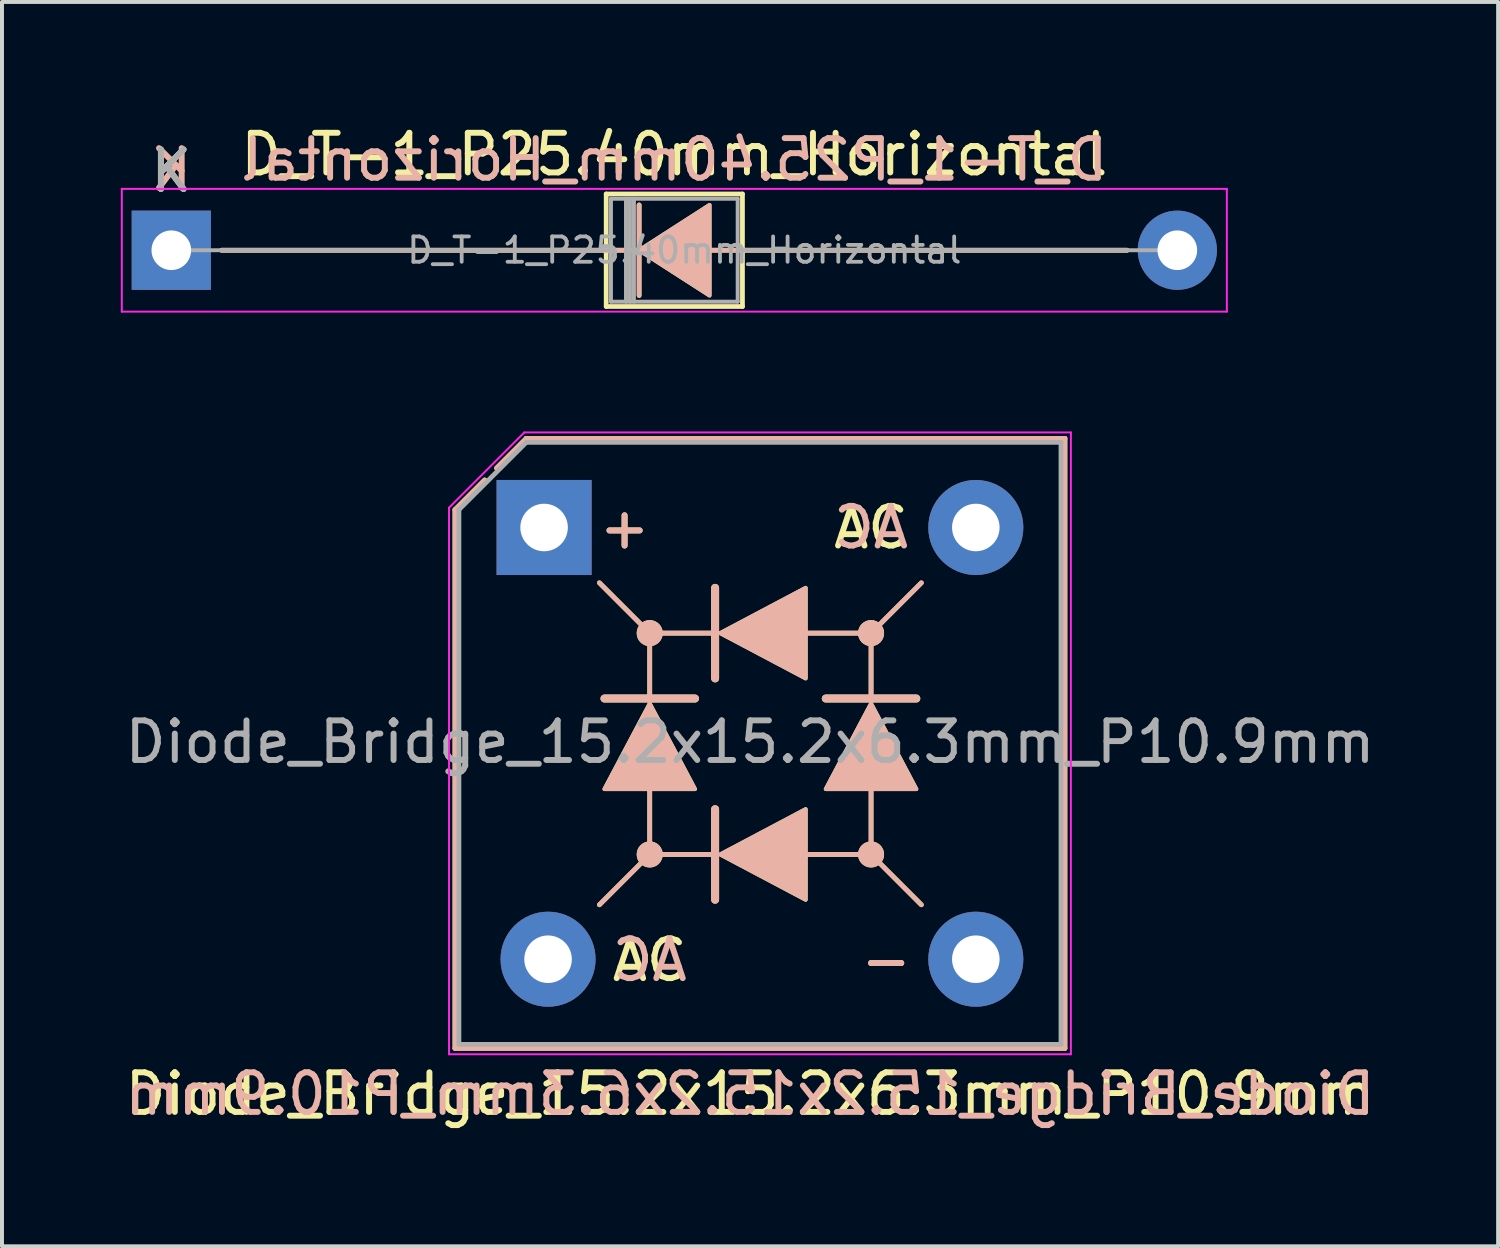
<source format=kicad_pcb>
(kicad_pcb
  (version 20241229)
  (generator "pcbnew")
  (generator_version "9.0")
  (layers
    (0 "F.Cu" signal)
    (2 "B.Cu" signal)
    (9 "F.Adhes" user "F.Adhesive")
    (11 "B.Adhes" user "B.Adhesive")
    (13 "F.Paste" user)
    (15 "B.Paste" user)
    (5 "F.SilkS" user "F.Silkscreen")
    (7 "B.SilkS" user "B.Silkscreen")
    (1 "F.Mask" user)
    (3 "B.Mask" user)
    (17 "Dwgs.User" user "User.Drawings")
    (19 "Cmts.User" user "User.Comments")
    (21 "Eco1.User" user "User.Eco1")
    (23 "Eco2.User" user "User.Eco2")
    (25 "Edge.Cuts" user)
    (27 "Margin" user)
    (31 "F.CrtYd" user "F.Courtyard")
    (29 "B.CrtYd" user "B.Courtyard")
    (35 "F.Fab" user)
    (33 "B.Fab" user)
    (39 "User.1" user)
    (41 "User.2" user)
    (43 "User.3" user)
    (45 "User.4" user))
  (footprint "Diode_Bridge_15.2x15.2x6.3mm_P10.9mm"
    (layer "F.Cu")
    (at 10.687 10.268)
    (property "Reference" "Diode_Bridge_15.2x15.2x6.3mm_P10.9mm" (at 5.2 14.3 180) (layer "F.SilkS") (effects (font (size 1 1) (thickness 0.15))))
    (fp_line (start -2.25 -0.45) (end -1.5 -1.2) (stroke (width 0.12) (type solid)) (layer "F.SilkS"))
    (fp_line (start -2.25 13.15) (end -2.25 -0.45) (stroke (width 0.12) (type solid)) (layer "F.SilkS"))
    (fp_line (start -1.2 -1.5) (end -0.45 -2.25) (stroke (width 0.12) (type solid)) (layer "F.SilkS"))
    (fp_line (start -0.45 -2.25) (end 13.15 -2.25) (stroke (width 0.12) (type solid)) (layer "F.SilkS"))
    (fp_line (start 1.397 1.397) (end 2.667 2.667) (stroke (width 0.12) (type solid)) (layer "F.SilkS"))
    (fp_line (start 1.397 9.525) (end 2.667 8.255) (stroke (width 0.12) (type solid)) (layer "F.SilkS"))
    (fp_line (start 2.667 4.318) (end 1.524 4.318) (stroke (width 0.2) (type solid)) (layer "F.SilkS"))
    (fp_line (start 2.667 4.318) (end 2.667 2.667) (stroke (width 0.12) (type solid)) (layer "F.SilkS"))
    (fp_line (start 2.667 8.255) (end 2.667 6.604) (stroke (width 0.12) (type solid)) (layer "F.SilkS"))
    (fp_line (start 3.81 4.318) (end 2.667 4.318) (stroke (width 0.2) (type solid)) (layer "F.SilkS"))
    (fp_line (start 4.318 1.524) (end 4.318 2.667) (stroke (width 0.2) (type solid)) (layer "F.SilkS"))
    (fp_line (start 4.318 2.667) (end 2.667 2.667) (stroke (width 0.12) (type solid)) (layer "F.SilkS"))
    (fp_line (start 4.318 2.667) (end 4.318 3.81) (stroke (width 0.2) (type solid)) (layer "F.SilkS"))
    (fp_line (start 4.318 7.112) (end 4.318 8.255) (stroke (width 0.2) (type solid)) (layer "F.SilkS"))
    (fp_line (start 4.318 8.255) (end 2.667 8.255) (stroke (width 0.12) (type solid)) (layer "F.SilkS"))
    (fp_line (start 4.318 8.255) (end 4.318 9.398) (stroke (width 0.2) (type solid)) (layer "F.SilkS"))
    (fp_line (start 8.255 2.667) (end 6.604 2.667) (stroke (width 0.12) (type solid)) (layer "F.SilkS"))
    (fp_line (start 8.255 4.318) (end 7.112 4.318) (stroke (width 0.2) (type solid)) (layer "F.SilkS"))
    (fp_line (start 8.255 4.318) (end 8.255 2.667) (stroke (width 0.12) (type solid)) (layer "F.SilkS"))
    (fp_line (start 8.255 8.255) (end 6.604 8.255) (stroke (width 0.12) (type solid)) (layer "F.SilkS"))
    (fp_line (start 8.255 8.255) (end 8.255 6.604) (stroke (width 0.12) (type solid)) (layer "F.SilkS"))
    (fp_line (start 9.398 4.318) (end 8.255 4.318) (stroke (width 0.2) (type solid)) (layer "F.SilkS"))
    (fp_line (start 9.525 1.397) (end 8.255 2.667) (stroke (width 0.12) (type solid)) (layer "F.SilkS"))
    (fp_line (start 9.525 9.525) (end 8.255 8.255) (stroke (width 0.12) (type solid)) (layer "F.SilkS"))
    (fp_line (start 13.15 -2.25) (end 13.15 13.15) (stroke (width 0.12) (type solid)) (layer "F.SilkS"))
    (fp_line (start 13.15 13.15) (end -2.25 13.15) (stroke (width 0.12) (type solid)) (layer "F.SilkS"))
    (fp_circle (center 2.667 2.667) (end 2.731 2.603) (stroke (width 0.12) (type solid)) (fill no) (layer "F.SilkS"))
    (fp_circle (center 2.667 2.667) (end 2.794 2.54) (stroke (width 0.12) (type solid)) (fill no) (layer "F.SilkS"))
    (fp_circle (center 2.667 2.667) (end 2.857 2.477) (stroke (width 0.12) (type solid)) (fill no) (layer "F.SilkS"))
    (fp_circle (center 2.667 8.255) (end 2.731 8.191) (stroke (width 0.12) (type solid)) (fill no) (layer "F.SilkS"))
    (fp_circle (center 2.667 8.255) (end 2.794 8.128) (stroke (width 0.12) (type solid)) (fill no) (layer "F.SilkS"))
    (fp_circle (center 2.667 8.255) (end 2.857 8.065) (stroke (width 0.12) (type solid)) (fill no) (layer "F.SilkS"))
    (fp_circle (center 8.255 2.667) (end 8.319 2.603) (stroke (width 0.12) (type solid)) (fill no) (layer "F.SilkS"))
    (fp_circle (center 8.255 2.667) (end 8.382 2.54) (stroke (width 0.12) (type solid)) (fill no) (layer "F.SilkS"))
    (fp_circle (center 8.255 2.667) (end 8.445 2.477) (stroke (width 0.12) (type solid)) (fill no) (layer "F.SilkS"))
    (fp_circle (center 8.255 8.255) (end 8.319 8.191) (stroke (width 0.12) (type solid)) (fill no) (layer "F.SilkS"))
    (fp_circle (center 8.255 8.255) (end 8.382 8.128) (stroke (width 0.12) (type solid)) (fill no) (layer "F.SilkS"))
    (fp_circle (center 8.255 8.255) (end 8.445 8.065) (stroke (width 0.12) (type solid)) (fill no) (layer "F.SilkS"))
    (fp_poly (pts (xy 3.81 6.604) (xy 1.524 6.604) (xy 2.667 4.445)) (stroke (width 0.1) (type solid)) (fill yes) (layer "F.SilkS"))
    (fp_poly (pts (xy 6.604 1.524) (xy 6.604 3.81) (xy 4.445 2.667)) (stroke (width 0.1) (type solid)) (fill yes) (layer "F.SilkS"))
    (fp_poly (pts (xy 6.604 7.112) (xy 6.604 9.398) (xy 4.445 8.255)) (stroke (width 0.1) (type solid)) (fill yes) (layer "F.SilkS"))
    (fp_poly (pts (xy 9.398 6.604) (xy 7.112 6.604) (xy 8.255 4.445)) (stroke (width 0.1) (type solid)) (fill yes) (layer "F.SilkS"))
    (fp_line (start -2.25 -0.45) (end -1.5 -1.2) (stroke (width 0.12) (type solid)) (layer "B.SilkS"))
    (fp_line (start -2.25 13.15) (end -2.25 -0.45) (stroke (width 0.12) (type solid)) (layer "B.SilkS"))
    (fp_line (start -1.2 -1.5) (end -0.45 -2.25) (stroke (width 0.12) (type solid)) (layer "B.SilkS"))
    (fp_line (start -0.45 -2.25) (end 13.15 -2.25) (stroke (width 0.12) (type solid)) (layer "B.SilkS"))
    (fp_line (start 1.397 1.397) (end 2.667 2.667) (stroke (width 0.12) (type solid)) (layer "B.SilkS"))
    (fp_line (start 1.397 9.525) (end 2.667 8.255) (stroke (width 0.12) (type solid)) (layer "B.SilkS"))
    (fp_line (start 2.667 4.318) (end 1.524 4.318) (stroke (width 0.2) (type solid)) (layer "B.SilkS"))
    (fp_line (start 2.667 4.318) (end 2.667 2.667) (stroke (width 0.12) (type solid)) (layer "B.SilkS"))
    (fp_line (start 2.667 8.255) (end 2.667 6.604) (stroke (width 0.12) (type solid)) (layer "B.SilkS"))
    (fp_line (start 3.81 4.318) (end 2.667 4.318) (stroke (width 0.2) (type solid)) (layer "B.SilkS"))
    (fp_line (start 4.318 1.524) (end 4.318 2.667) (stroke (width 0.2) (type solid)) (layer "B.SilkS"))
    (fp_line (start 4.318 2.667) (end 2.667 2.667) (stroke (width 0.12) (type solid)) (layer "B.SilkS"))
    (fp_line (start 4.318 2.667) (end 4.318 3.81) (stroke (width 0.2) (type solid)) (layer "B.SilkS"))
    (fp_line (start 4.318 7.112) (end 4.318 8.255) (stroke (width 0.2) (type solid)) (layer "B.SilkS"))
    (fp_line (start 4.318 8.255) (end 2.667 8.255) (stroke (width 0.12) (type solid)) (layer "B.SilkS"))
    (fp_line (start 4.318 8.255) (end 4.318 9.398) (stroke (width 0.2) (type solid)) (layer "B.SilkS"))
    (fp_line (start 8.255 2.667) (end 6.604 2.667) (stroke (width 0.12) (type solid)) (layer "B.SilkS"))
    (fp_line (start 8.255 4.318) (end 7.112 4.318) (stroke (width 0.2) (type solid)) (layer "B.SilkS"))
    (fp_line (start 8.255 4.318) (end 8.255 2.667) (stroke (width 0.12) (type solid)) (layer "B.SilkS"))
    (fp_line (start 8.255 8.255) (end 6.604 8.255) (stroke (width 0.12) (type solid)) (layer "B.SilkS"))
    (fp_line (start 8.255 8.255) (end 8.255 6.604) (stroke (width 0.12) (type solid)) (layer "B.SilkS"))
    (fp_line (start 9.398 4.318) (end 8.255 4.318) (stroke (width 0.2) (type solid)) (layer "B.SilkS"))
    (fp_line (start 9.525 1.397) (end 8.255 2.667) (stroke (width 0.12) (type solid)) (layer "B.SilkS"))
    (fp_line (start 9.525 9.525) (end 8.255 8.255) (stroke (width 0.12) (type solid)) (layer "B.SilkS"))
    (fp_line (start 13.15 -2.25) (end 13.15 13.15) (stroke (width 0.12) (type solid)) (layer "B.SilkS"))
    (fp_line (start 13.15 13.15) (end -2.25 13.15) (stroke (width 0.12) (type solid)) (layer "B.SilkS"))
    (fp_circle (center 2.667 2.667) (end 2.757 2.667) (stroke (width 0.12) (type solid)) (fill no) (layer "B.SilkS"))
    (fp_circle (center 2.667 2.667) (end 2.847 2.667) (stroke (width 0.12) (type solid)) (fill no) (layer "B.SilkS"))
    (fp_circle (center 2.667 2.667) (end 2.936 2.667) (stroke (width 0.12) (type solid)) (fill no) (layer "B.SilkS"))
    (fp_circle (center 2.667 8.255) (end 2.757 8.255) (stroke (width 0.12) (type solid)) (fill no) (layer "B.SilkS"))
    (fp_circle (center 2.667 8.255) (end 2.847 8.255) (stroke (width 0.12) (type solid)) (fill no) (layer "B.SilkS"))
    (fp_circle (center 2.667 8.255) (end 2.936 8.255) (stroke (width 0.12) (type solid)) (fill no) (layer "B.SilkS"))
    (fp_circle (center 8.255 2.667) (end 8.345 2.667) (stroke (width 0.12) (type solid)) (fill no) (layer "B.SilkS"))
    (fp_circle (center 8.255 2.667) (end 8.435 2.667) (stroke (width 0.12) (type solid)) (fill no) (layer "B.SilkS"))
    (fp_circle (center 8.255 2.667) (end 8.524 2.667) (stroke (width 0.12) (type solid)) (fill no) (layer "B.SilkS"))
    (fp_circle (center 8.255 8.255) (end 8.345 8.255) (stroke (width 0.12) (type solid)) (fill no) (layer "B.SilkS"))
    (fp_circle (center 8.255 8.255) (end 8.435 8.255) (stroke (width 0.12) (type solid)) (fill no) (layer "B.SilkS"))
    (fp_circle (center 8.255 8.255) (end 8.524 8.255) (stroke (width 0.12) (type solid)) (fill no) (layer "B.SilkS"))
    (fp_poly (pts (xy 3.81 6.604) (xy 1.524 6.604) (xy 2.667 4.445)) (stroke (width 0.1) (type solid)) (fill yes) (layer "B.SilkS"))
    (fp_poly (pts (xy 6.604 1.524) (xy 6.604 3.81) (xy 4.445 2.667)) (stroke (width 0.1) (type solid)) (fill yes) (layer "B.SilkS"))
    (fp_poly (pts (xy 6.604 7.112) (xy 6.604 9.398) (xy 4.445 8.255)) (stroke (width 0.1) (type solid)) (fill yes) (layer "B.SilkS"))
    (fp_poly (pts (xy 9.398 6.604) (xy 7.112 6.604) (xy 8.255 4.445)) (stroke (width 0.1) (type solid)) (fill yes) (layer "B.SilkS"))
    (fp_line (start -2.4 -0.5) (end -0.5 -2.4) (stroke (width 0.05) (type solid)) (layer "F.CrtYd"))
    (fp_line (start -2.4 13.3) (end -2.4 -0.5) (stroke (width 0.05) (type solid)) (layer "F.CrtYd"))
    (fp_line (start -0.5 -2.4) (end 13.3 -2.4) (stroke (width 0.05) (type solid)) (layer "F.CrtYd"))
    (fp_line (start 13.3 -2.4) (end 13.3 13.3) (stroke (width 0.05) (type solid)) (layer "F.CrtYd"))
    (fp_line (start 13.3 13.3) (end -2.4 13.3) (stroke (width 0.05) (type solid)) (layer "F.CrtYd"))
    (fp_line (start -2.15 -0.45) (end -0.45 -2.15) (stroke (width 0.12) (type solid)) (layer "F.Fab"))
    (fp_line (start -2.15 13.05) (end -2.15 -0.45) (stroke (width 0.12) (type solid)) (layer "F.Fab"))
    (fp_line (start -0.45 -2.15) (end 13.05 -2.15) (stroke (width 0.12) (type solid)) (layer "F.Fab"))
    (fp_line (start 13.05 -2.15) (end 13.05 13.05) (stroke (width 0.12) (type solid)) (layer "F.Fab"))
    (fp_line (start 13.05 13.05) (end -2.15 13.05) (stroke (width 0.12) (type solid)) (layer "F.Fab"))
    (fp_text user "-" (at 8.636 10.922 0) (layer "F.SilkS") (effects (font (size 1 1) (thickness 0.15))))
    (fp_text user "AC" (at 2.667 10.922 0) (layer "F.SilkS") (effects (font (size 1 1) (thickness 0.15))))
    (fp_text user "AC" (at 8.255 0 0) (layer "F.SilkS") (effects (font (size 1 1) (thickness 0.15))))
    (fp_text user "+" (at 2.032 0 0) (layer "F.SilkS") (effects (font (size 1 1) (thickness 0.15))))
    (fp_text user "-" (at 8.636 10.922 0) (layer "B.SilkS") (effects (font (size 1 1) (thickness 0.15)) (justify mirror)))
    (fp_text user "AC" (at 2.667 10.922 0) (layer "B.SilkS") (effects (font (size 1 1) (thickness 0.15)) (justify mirror)))
    (fp_text user "AC" (at 8.255 0 0) (layer "B.SilkS") (effects (font (size 1 1) (thickness 0.15)) (justify mirror)))
    (fp_text user "${REFERENCE}" (at 5.2 14.3 0) (layer "B.SilkS") (effects (font (size 1 1) (thickness 0.15)) (justify mirror)))
    (fp_text user "+" (at 2.032 0 0) (layer "B.SilkS") (effects (font (size 1 1) (thickness 0.15)) (justify mirror)))
    (fp_text user "${REFERENCE}" (at 5.2 5.415 180) (layer "F.Fab") (effects (font (size 1 1) (thickness 0.15))))
    (pad "1" thru_hole rect (at 0 0 180) (size 2.4 2.4) (drill 1.2) (layers "*.Cu" "*.Mask"))
    (pad "2" thru_hole circle (at 0.1 10.9 180) (size 2.4 2.4) (drill 1.2) (layers "*.Cu" "*.Mask"))
    (pad "3" thru_hole circle (at 10.9 10.9 180) (size 2.4 2.4) (drill 1.2) (layers "*.Cu" "*.Mask"))
    (pad "4" thru_hole circle (at 10.9 0 180) (size 2.4 2.4) (drill 1.2) (layers "*.Cu" "*.Mask")))
  (footprint "D_T-1_P25.40mm_Horizontal"
    (layer "F.Cu")
    (at 1.275 3.268)
    (property "Reference" "D_T-1_P25.40mm_Horizontal" (at 12.7 -2.42 0) (layer "F.SilkS") (effects (font (size 1 1) (thickness 0.15))))
    (fp_line (start 1.27 0) (end 10.98 0) (stroke (width 0.12) (type solid)) (layer "F.SilkS"))
    (fp_line (start 10.98 -1.42) (end 10.98 1.42) (stroke (width 0.12) (type solid)) (layer "F.SilkS"))
    (fp_line (start 10.98 1.42) (end 14.42 1.42) (stroke (width 0.12) (type solid)) (layer "F.SilkS"))
    (fp_line (start 11.811 -1.143) (end 11.811 1.143) (stroke (width 0.12) (type solid)) (layer "F.SilkS"))
    (fp_line (start 11.938 0) (end 10.98 0) (stroke (width 0.12) (type solid)) (layer "F.SilkS"))
    (fp_line (start 13.589 0) (end 14.42 0) (stroke (width 0.12) (type solid)) (layer "F.SilkS"))
    (fp_line (start 14.42 -1.42) (end 10.98 -1.42) (stroke (width 0.12) (type solid)) (layer "F.SilkS"))
    (fp_line (start 14.42 1.42) (end 14.42 -1.42) (stroke (width 0.12) (type solid)) (layer "F.SilkS"))
    (fp_line (start 24.13 0) (end 14.42 0) (stroke (width 0.12) (type solid)) (layer "F.SilkS"))
    (fp_poly (pts (xy 13.589 1.143) (xy 11.811 0) (xy 13.589 -1.143)) (stroke (width 0.1) (type solid)) (fill yes) (layer "F.SilkS"))
    (fp_line (start 1.27 0) (end 10.98 0) (stroke (width 0.12) (type solid)) (layer "B.SilkS"))
    (fp_line (start 11.811 1.143) (end 11.811 -1.143) (stroke (width 0.12) (type solid)) (layer "B.SilkS"))
    (fp_line (start 11.938 0) (end 10.98 0) (stroke (width 0.12) (type solid)) (layer "B.SilkS"))
    (fp_line (start 13.589 0) (end 14.42 0) (stroke (width 0.12) (type solid)) (layer "B.SilkS"))
    (fp_line (start 24.13 0) (end 14.42 0) (stroke (width 0.12) (type solid)) (layer "B.SilkS"))
    (fp_poly (pts (xy 13.589 -1.143) (xy 11.811 0) (xy 13.589 1.143)) (stroke (width 0.1) (type solid)) (fill yes) (layer "B.SilkS"))
    (fp_line (start -1.25 -1.55) (end -1.25 1.55) (stroke (width 0.05) (type solid)) (layer "F.CrtYd"))
    (fp_line (start -1.25 1.55) (end 26.65 1.55) (stroke (width 0.05) (type solid)) (layer "F.CrtYd"))
    (fp_line (start 26.65 -1.55) (end -1.25 -1.55) (stroke (width 0.05) (type solid)) (layer "F.CrtYd"))
    (fp_line (start 26.65 1.55) (end 26.65 -1.55) (stroke (width 0.05) (type solid)) (layer "F.CrtYd"))
    (fp_line (start 0 0) (end 11.1 0) (stroke (width 0.1) (type solid)) (layer "F.Fab"))
    (fp_line (start 11.1 -1.3) (end 11.1 1.3) (stroke (width 0.1) (type solid)) (layer "F.Fab"))
    (fp_line (start 11.1 1.3) (end 14.3 1.3) (stroke (width 0.1) (type solid)) (layer "F.Fab"))
    (fp_line (start 11.48 -1.3) (end 11.48 1.3) (stroke (width 0.1) (type solid)) (layer "F.Fab"))
    (fp_line (start 11.58 -1.3) (end 11.58 1.3) (stroke (width 0.1) (type solid)) (layer "F.Fab"))
    (fp_line (start 11.68 -1.3) (end 11.68 1.3) (stroke (width 0.1) (type solid)) (layer "F.Fab"))
    (fp_line (start 14.3 -1.3) (end 11.1 -1.3) (stroke (width 0.1) (type solid)) (layer "F.Fab"))
    (fp_line (start 14.3 1.3) (end 14.3 -1.3) (stroke (width 0.1) (type solid)) (layer "F.Fab"))
    (fp_line (start 25.4 0) (end 14.3 0) (stroke (width 0.1) (type solid)) (layer "F.Fab"))
    (fp_text user "K" (at 0 -2 0) (layer "F.SilkS") (effects (font (size 1 1) (thickness 0.15))))
    (fp_text user "${REFERENCE}" (at 12.7 -2.286 0) (layer "B.SilkS") (effects (font (size 1 1) (thickness 0.15)) (justify mirror)))
    (fp_text user "K" (at 0 -2.032 0) (layer "B.SilkS") (effects (font (size 1 1) (thickness 0.15)) (justify mirror)))
    (fp_text user "${REFERENCE}" (at 12.954 0 0) (layer "F.Fab") (effects (font (size 0.64 0.64) (thickness 0.096))))
    (fp_text user "K" (at 0 -2 0) (layer "F.Fab") (effects (font (size 1 1) (thickness 0.15))))
    (pad "1" thru_hole rect (at 0 0) (size 2 2) (drill 1) (layers "*.Cu" "*.Mask"))
    (pad "2" thru_hole oval (at 25.4 0) (size 2 2) (drill 1) (layers "*.Cu" "*.Mask")))
  (gr_rect
    (start -3 -3)
    (end 34.774 28.416)
    (stroke (width 0.1) (type default))
    (fill no)
    (layer "Edge.Cuts")))
</source>
